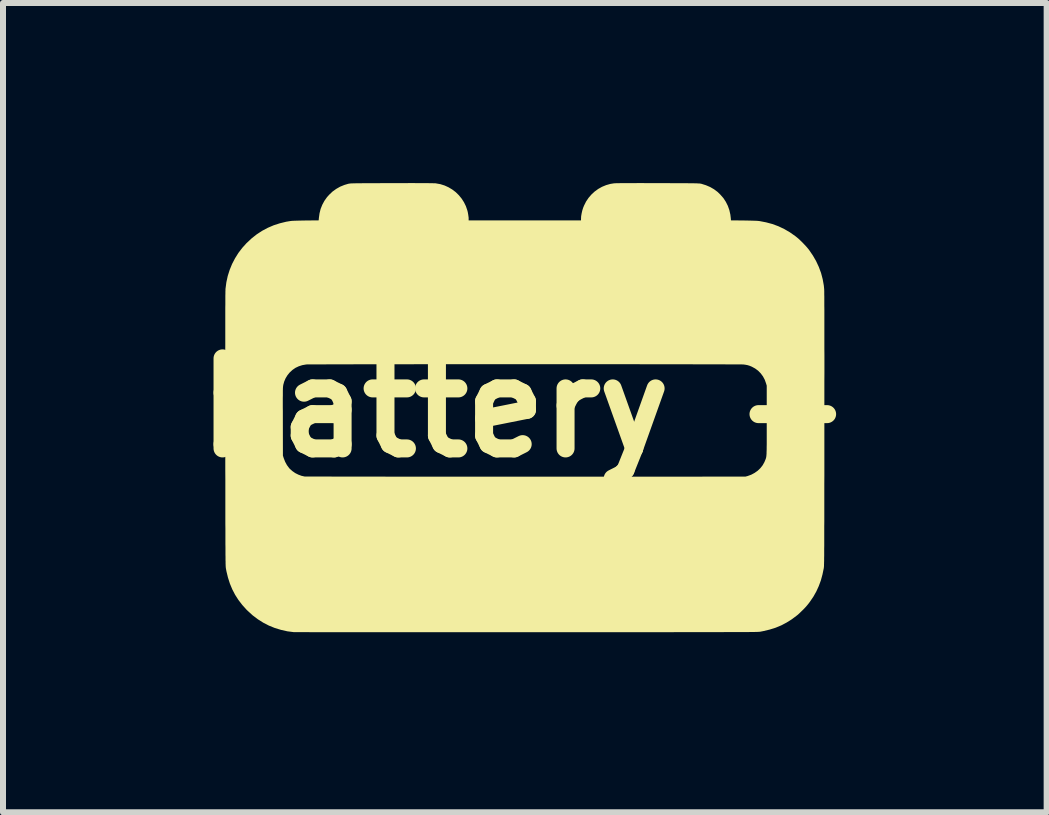
<source format=kicad_pcb>
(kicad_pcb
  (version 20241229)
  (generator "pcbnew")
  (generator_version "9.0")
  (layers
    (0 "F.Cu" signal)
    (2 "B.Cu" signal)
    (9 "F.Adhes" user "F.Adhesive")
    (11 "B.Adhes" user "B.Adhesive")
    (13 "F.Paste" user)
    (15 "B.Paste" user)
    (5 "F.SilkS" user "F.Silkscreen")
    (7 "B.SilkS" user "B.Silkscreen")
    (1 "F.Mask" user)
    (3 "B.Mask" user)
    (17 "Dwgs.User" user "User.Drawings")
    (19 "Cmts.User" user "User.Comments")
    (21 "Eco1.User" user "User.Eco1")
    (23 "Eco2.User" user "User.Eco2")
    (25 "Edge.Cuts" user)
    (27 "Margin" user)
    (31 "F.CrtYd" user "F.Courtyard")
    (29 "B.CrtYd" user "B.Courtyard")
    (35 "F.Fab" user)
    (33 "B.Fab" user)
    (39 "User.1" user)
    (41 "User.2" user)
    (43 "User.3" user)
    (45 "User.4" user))
  (footprint "battery -"
    (layer "F.Cu")
    (at 5.693 3.742)
    (property "Reference" "battery -" (at 0 0 0) (layer "F.SilkS") (effects (font (size 1.5 1.5) (thickness 0.3))))
    (attr board_only exclude_from_pos_files exclude_from_bom)
    (fp_poly (pts (xy 1.965 -3.742) (xy 2.056 -3.741) (xy 2.156 -3.741) (xy 2.213 -3.741) (xy 2.306 -3.741) (xy 2.391 -3.741) (xy 2.468 -3.74) (xy 2.536 -3.74) (xy 2.598 -3.74) (xy 2.652 -3.74) (xy 2.699 -3.74) (xy 2.741 -3.739) (xy 2.777 -3.739) (xy 2.807 -3.739) (xy 2.834 -3.738) (xy 2.856 -3.738) (xy 2.874 -3.737) (xy 2.889 -3.736) (xy 2.901 -3.736) (xy 2.911 -3.735) (xy 2.919 -3.734) (xy 2.926 -3.733) (xy 2.932 -3.732) (xy 2.937 -3.731) (xy 2.942 -3.73) (xy 3.018 -3.706) (xy 3.088 -3.676) (xy 3.152 -3.639) (xy 3.212 -3.594) (xy 3.257 -3.55) (xy 3.308 -3.492) (xy 3.349 -3.429) (xy 3.382 -3.363) (xy 3.407 -3.292) (xy 3.424 -3.217) (xy 3.431 -3.159) (xy 3.434 -3.121) (xy 3.646 -3.119) (xy 3.701 -3.118) (xy 3.749 -3.117) (xy 3.789 -3.116) (xy 3.822 -3.115) (xy 3.85 -3.114) (xy 3.873 -3.113) (xy 3.893 -3.111) (xy 3.909 -3.109) (xy 3.911 -3.109) (xy 4.019 -3.088) (xy 4.124 -3.06) (xy 4.224 -3.023) (xy 4.321 -2.977) (xy 4.414 -2.923) (xy 4.504 -2.86) (xy 4.523 -2.845) (xy 4.556 -2.818) (xy 4.591 -2.785) (xy 4.628 -2.749) (xy 4.664 -2.711) (xy 4.698 -2.674) (xy 4.727 -2.639) (xy 4.736 -2.627) (xy 4.799 -2.535) (xy 4.853 -2.441) (xy 4.898 -2.344) (xy 4.935 -2.244) (xy 4.962 -2.141) (xy 4.981 -2.035) (xy 4.986 -1.983) (xy 4.987 -1.976) (xy 4.987 -1.962) (xy 4.988 -1.943) (xy 4.988 -1.918) (xy 4.988 -1.887) (xy 4.989 -1.85) (xy 4.989 -1.806) (xy 4.989 -1.756) (xy 4.989 -1.699) (xy 4.99 -1.635) (xy 4.99 -1.565) (xy 4.99 -1.487) (xy 4.99 -1.402) (xy 4.99 -1.309) (xy 4.99 -1.209) (xy 4.99 -1.101) (xy 4.99 -0.986) (xy 4.991 -0.862) (xy 4.991 -0.73) (xy 4.991 -0.59) (xy 4.99 -0.441) (xy 4.99 -0.283) (xy 4.99 -0.117) (xy 4.99 0.058) (xy 4.99 0.243) (xy 4.99 0.348) (xy 4.99 0.523) (xy 4.99 0.689) (xy 4.99 0.845) (xy 4.99 0.993) (xy 4.99 1.133) (xy 4.989 1.265) (xy 4.989 1.388) (xy 4.989 1.504) (xy 4.989 1.613) (xy 4.989 1.715) (xy 4.989 1.809) (xy 4.989 1.898) (xy 4.988 1.979) (xy 4.988 2.055) (xy 4.988 2.125) (xy 4.988 2.189) (xy 4.988 2.247) (xy 4.988 2.301) (xy 4.987 2.35) (xy 4.987 2.394) (xy 4.987 2.434) (xy 4.987 2.469) (xy 4.986 2.501) (xy 4.986 2.529) (xy 4.986 2.554) (xy 4.985 2.575) (xy 4.985 2.594) (xy 4.984 2.61) (xy 4.984 2.623) (xy 4.984 2.635) (xy 4.983 2.644) (xy 4.983 2.652) (xy 4.982 2.659) (xy 4.981 2.664) (xy 4.981 2.668) (xy 4.981 2.67) (xy 4.959 2.776) (xy 4.932 2.876) (xy 4.897 2.971) (xy 4.856 3.061) (xy 4.807 3.148) (xy 4.749 3.233) (xy 4.725 3.265) (xy 4.703 3.292) (xy 4.676 3.323) (xy 4.645 3.356) (xy 4.612 3.388) (xy 4.58 3.419) (xy 4.55 3.447) (xy 4.531 3.462) (xy 4.447 3.525) (xy 4.361 3.579) (xy 4.272 3.626) (xy 4.178 3.665) (xy 4.079 3.696) (xy 3.975 3.721) (xy 3.919 3.732) (xy 3.916 3.732) (xy 3.912 3.733) (xy 3.907 3.733) (xy 3.901 3.733) (xy 3.894 3.734) (xy 3.885 3.734) (xy 3.874 3.735) (xy 3.862 3.735) (xy 3.847 3.735) (xy 3.831 3.736) (xy 3.812 3.736) (xy 3.79 3.736) (xy 3.765 3.736) (xy 3.738 3.737) (xy 3.707 3.737) (xy 3.673 3.737) (xy 3.635 3.737) (xy 3.593 3.738) (xy 3.548 3.738) (xy 3.498 3.738) (xy 3.444 3.738) (xy 3.385 3.738) (xy 3.322 3.738) (xy 3.254 3.739) (xy 3.181 3.739) (xy 3.102 3.739) (xy 3.018 3.739) (xy 2.928 3.739) (xy 2.833 3.739) (xy 2.731 3.739) (xy 2.623 3.739) (xy 2.509 3.739) (xy 2.388 3.74) (xy 2.261 3.74) (xy 2.126 3.74) (xy 1.984 3.74) (xy 1.835 3.74) (xy 1.678 3.74) (xy 1.514 3.74) (xy 1.341 3.74) (xy 1.16 3.74) (xy 0.972 3.74) (xy 0.774 3.74) (xy 0.568 3.74) (xy 0.353 3.74) (xy 0.129 3.74) (xy 0.021 3.74) (xy -0.169 3.74) (xy -0.356 3.74) (xy -0.541 3.74) (xy -0.723 3.74) (xy -0.902 3.74) (xy -1.078 3.74) (xy -1.251 3.74) (xy -1.42 3.74) (xy -1.586 3.74) (xy -1.747 3.74) (xy -1.904 3.74) (xy -2.057 3.74) (xy -2.205 3.74) (xy -2.348 3.74) (xy -2.486 3.74) (xy -2.619 3.74) (xy -2.746 3.74) (xy -2.868 3.74) (xy -2.983 3.74) (xy -3.092 3.74) (xy -3.195 3.74) (xy -3.291 3.74) (xy -3.38 3.74) (xy -3.463 3.74) (xy -3.537 3.74) (xy -3.605 3.739) (xy -3.664 3.739) (xy -3.716 3.739) (xy -3.759 3.739) (xy -3.794 3.739) (xy -3.821 3.739) (xy -3.838 3.739) (xy -3.847 3.739) (xy -3.847 3.739) (xy -3.956 3.725) (xy -4.062 3.701) (xy -4.164 3.67) (xy -4.263 3.63) (xy -4.358 3.581) (xy -4.448 3.524) (xy -4.534 3.459) (xy -4.614 3.386) (xy -4.636 3.365) (xy -4.707 3.286) (xy -4.771 3.203) (xy -4.826 3.117) (xy -4.873 3.027) (xy -4.913 2.931) (xy -4.945 2.831) (xy -4.971 2.724) (xy -4.981 2.67) (xy -4.981 2.666) (xy -4.982 2.661) (xy -4.982 2.655) (xy -4.983 2.648) (xy -4.983 2.639) (xy -4.984 2.628) (xy -4.984 2.616) (xy -4.985 2.601) (xy -4.985 2.583) (xy -4.985 2.563) (xy -4.986 2.54) (xy -4.986 2.513) (xy -4.986 2.483) (xy -4.987 2.449) (xy -4.987 2.411) (xy -4.987 2.369) (xy -4.987 2.323) (xy -4.988 2.271) (xy -4.988 2.215) (xy -4.988 2.153) (xy -4.988 2.085) (xy -4.988 2.012) (xy -4.989 1.933) (xy -4.989 1.848) (xy -4.989 1.756) (xy -4.989 1.657) (xy -4.989 1.552) (xy -4.989 1.439) (xy -4.989 1.318) (xy -4.989 1.19) (xy -4.99 1.054) (xy -4.99 0.91) (xy -4.99 0.757) (xy -4.99 0.595) (xy -4.99 0.424) (xy -4.99 0.348) (xy -4.99 0.159) (xy -4.99 -0.021) (xy -4.99 -0.066) (xy -4.032 -0.066) (xy -4.032 -0.007) (xy -4.031 0.06) (xy -4.031 0.135) (xy -4.031 0.218) (xy -4.031 0.23) (xy -4.03 0.798) (xy -4.017 0.839) (xy -3.993 0.901) (xy -3.963 0.956) (xy -3.926 1.006) (xy -3.914 1.019) (xy -3.872 1.056) (xy -3.825 1.089) (xy -3.773 1.115) (xy -3.719 1.135) (xy -3.669 1.146) (xy -3.663 1.146) (xy -3.648 1.146) (xy -3.623 1.146) (xy -3.591 1.146) (xy -3.55 1.147) (xy -3.5 1.147) (xy -3.443 1.147) (xy -3.378 1.147) (xy -3.305 1.147) (xy -3.225 1.147) (xy -3.138 1.148) (xy -3.044 1.148) (xy -2.943 1.148) (xy -2.836 1.148) (xy -2.723 1.148) (xy -2.604 1.148) (xy -2.479 1.148) (xy -2.348 1.148) (xy -2.212 1.149) (xy -2.072 1.149) (xy -1.926 1.149) (xy -1.776 1.149) (xy -1.621 1.149) (xy -1.462 1.149) (xy -1.3 1.149) (xy -1.133 1.149) (xy -0.963 1.149) (xy -0.79 1.149) (xy -0.614 1.149) (xy -0.435 1.149) (xy -0.254 1.149) (xy -0.07 1.149) (xy 0.016 1.149) (xy 3.674 1.148) (xy 3.712 1.138) (xy 3.772 1.116) (xy 3.828 1.086) (xy 3.879 1.05) (xy 3.923 1.008) (xy 3.961 0.96) (xy 3.991 0.907) (xy 4.001 0.883) (xy 4.005 0.873) (xy 4.009 0.864) (xy 4.012 0.855) (xy 4.015 0.847) (xy 4.018 0.838) (xy 4.02 0.828) (xy 4.022 0.817) (xy 4.024 0.804) (xy 4.025 0.788) (xy 4.027 0.769) (xy 4.027 0.747) (xy 4.028 0.72) (xy 4.029 0.689) (xy 4.029 0.653) (xy 4.03 0.611) (xy 4.03 0.563) (xy 4.03 0.508) (xy 4.03 0.446) (xy 4.03 0.376) (xy 4.03 0.297) (xy 4.03 0.213) (xy 4.03 -0.367) (xy 4.019 -0.404) (xy 3.997 -0.466) (xy 3.967 -0.522) (xy 3.93 -0.572) (xy 3.887 -0.616) (xy 3.837 -0.653) (xy 3.782 -0.683) (xy 3.746 -0.698) (xy 3.711 -0.709) (xy 3.674 -0.716) (xy 3.644 -0.72) (xy 3.636 -0.72) (xy 3.62 -0.721) (xy 3.595 -0.721) (xy 3.561 -0.721) (xy 3.519 -0.722) (xy 3.469 -0.722) (xy 3.411 -0.722) (xy 3.346 -0.722) (xy 3.273 -0.723) (xy 3.194 -0.723) (xy 3.108 -0.723) (xy 3.016 -0.723) (xy 2.918 -0.723) (xy 2.815 -0.723) (xy 2.705 -0.724) (xy 2.591 -0.724) (xy 2.471 -0.724) (xy 2.347 -0.724) (xy 2.219 -0.724) (xy 2.086 -0.724) (xy 1.95 -0.724) (xy 1.81 -0.725) (xy 1.667 -0.725) (xy 1.521 -0.725) (xy 1.372 -0.725) (xy 1.221 -0.725) (xy 1.068 -0.725) (xy 0.912 -0.725) (xy 0.756 -0.725) (xy 0.598 -0.725) (xy 0.438 -0.725) (xy 0.278 -0.725) (xy 0.118 -0.725) (xy -0.043 -0.725) (xy -0.203 -0.725) (xy -0.363 -0.725) (xy -0.523 -0.725) (xy -0.681 -0.725) (xy -0.839 -0.725) (xy -0.995 -0.725) (xy -1.149 -0.725) (xy -1.301 -0.725) (xy -1.451 -0.725) (xy -1.599 -0.725) (xy -1.743 -0.725) (xy -1.885 -0.724) (xy -2.023 -0.724) (xy -2.157 -0.724) (xy -2.287 -0.724) (xy -2.414 -0.724) (xy -2.535 -0.724) (xy -2.652 -0.724) (xy -2.764 -0.724) (xy -2.87 -0.723) (xy -2.971 -0.723) (xy -3.066 -0.723) (xy -3.155 -0.723) (xy -3.237 -0.723) (xy -3.313 -0.722) (xy -3.381 -0.722) (xy -3.442 -0.722) (xy -3.496 -0.722) (xy -3.542 -0.721) (xy -3.58 -0.721) (xy -3.609 -0.721) (xy -3.63 -0.721) (xy -3.642 -0.72) (xy -3.644 -0.72) (xy -3.707 -0.709) (xy -3.766 -0.69) (xy -3.821 -0.664) (xy -3.87 -0.63) (xy -3.915 -0.589) (xy -3.953 -0.543) (xy -3.985 -0.491) (xy -4.009 -0.435) (xy -4.024 -0.38) (xy -4.025 -0.373) (xy -4.026 -0.366) (xy -4.027 -0.358) (xy -4.028 -0.349) (xy -4.029 -0.338) (xy -4.03 -0.324) (xy -4.03 -0.308) (xy -4.031 -0.288) (xy -4.031 -0.264) (xy -4.031 -0.236) (xy -4.031 -0.202) (xy -4.032 -0.163) (xy -4.032 -0.118) (xy -4.032 -0.066) (xy -4.99 -0.066) (xy -4.99 -0.192) (xy -4.99 -0.354) (xy -4.991 -0.508) (xy -4.991 -0.652) (xy -4.991 -0.789) (xy -4.991 -0.917) (xy -4.99 -1.037) (xy -4.99 -1.149) (xy -4.99 -1.253) (xy -4.99 -1.35) (xy -4.99 -1.439) (xy -4.99 -1.521) (xy -4.99 -1.595) (xy -4.99 -1.663) (xy -4.989 -1.723) (xy -4.989 -1.777) (xy -4.989 -1.825) (xy -4.989 -1.866) (xy -4.988 -1.9) (xy -4.988 -1.929) (xy -4.987 -1.951) (xy -4.987 -1.968) (xy -4.987 -1.979) (xy -4.986 -1.983) (xy -4.972 -2.09) (xy -4.949 -2.195) (xy -4.917 -2.296) (xy -4.877 -2.394) (xy -4.828 -2.488) (xy -4.772 -2.578) (xy -4.707 -2.663) (xy -4.635 -2.743) (xy -4.631 -2.746) (xy -4.55 -2.822) (xy -4.465 -2.889) (xy -4.376 -2.947) (xy -4.282 -2.997) (xy -4.184 -3.039) (xy -4.082 -3.072) (xy -3.976 -3.098) (xy -3.91 -3.109) (xy -3.894 -3.111) (xy -3.875 -3.113) (xy -3.852 -3.114) (xy -3.825 -3.115) (xy -3.792 -3.116) (xy -3.752 -3.117) (xy -3.705 -3.118) (xy -3.65 -3.119) (xy -3.646 -3.119) (xy -3.434 -3.121) (xy -3.431 -3.159) (xy -3.42 -3.238) (xy -3.402 -3.311) (xy -3.374 -3.381) (xy -3.339 -3.446) (xy -3.295 -3.508) (xy -3.257 -3.55) (xy -3.202 -3.602) (xy -3.142 -3.645) (xy -3.077 -3.682) (xy -3.006 -3.711) (xy -2.942 -3.73) (xy -2.937 -3.731) (xy -2.931 -3.732) (xy -2.925 -3.733) (xy -2.918 -3.734) (xy -2.91 -3.735) (xy -2.9 -3.736) (xy -2.887 -3.737) (xy -2.872 -3.737) (xy -2.853 -3.738) (xy -2.831 -3.738) (xy -2.804 -3.739) (xy -2.773 -3.739) (xy -2.736 -3.739) (xy -2.694 -3.74) (xy -2.645 -3.74) (xy -2.591 -3.74) (xy -2.529 -3.74) (xy -2.459 -3.74) (xy -2.382 -3.741) (xy -2.296 -3.741) (xy -2.213 -3.741) (xy -2.108 -3.741) (xy -2.012 -3.741) (xy -1.925 -3.742) (xy -1.847 -3.742) (xy -1.777 -3.741) (xy -1.715 -3.741) (xy -1.66 -3.741) (xy -1.614 -3.741) (xy -1.574 -3.74) (xy -1.542 -3.74) (xy -1.516 -3.739) (xy -1.497 -3.739) (xy -1.484 -3.738) (xy -1.479 -3.737) (xy -1.407 -3.724) (xy -1.337 -3.702) (xy -1.271 -3.672) (xy -1.209 -3.635) (xy -1.151 -3.591) (xy -1.099 -3.54) (xy -1.053 -3.484) (xy -1.014 -3.423) (xy -0.982 -3.358) (xy -0.959 -3.291) (xy -0.951 -3.261) (xy -0.945 -3.228) (xy -0.94 -3.195) (xy -0.936 -3.165) (xy -0.936 -3.147) (xy -0.936 -3.12) (xy 0 -3.12) (xy 0.936 -3.12) (xy 0.936 -3.147) (xy 0.938 -3.188) (xy 0.946 -3.235) (xy 0.957 -3.284) (xy 0.972 -3.332) (xy 0.987 -3.368) (xy 1.02 -3.434) (xy 1.061 -3.495) (xy 1.109 -3.551) (xy 1.163 -3.601) (xy 1.222 -3.644) (xy 1.286 -3.68) (xy 1.354 -3.708) (xy 1.424 -3.728) (xy 1.479 -3.737) (xy 1.489 -3.738) (xy 1.505 -3.739) (xy 1.527 -3.74) (xy 1.556 -3.74) (xy 1.592 -3.741) (xy 1.635 -3.741) (xy 1.685 -3.741) (xy 1.743 -3.741) (xy 1.808 -3.741) (xy 1.882 -3.742)) (stroke (width 0) (type solid)) (fill yes) (layer "F.SilkS")))
  (gr_rect
    (start -3 -3)
    (end 14.386 10.482)
    (stroke (width 0.1) (type default))
    (fill no)
    (layer "Edge.Cuts")))
</source>
